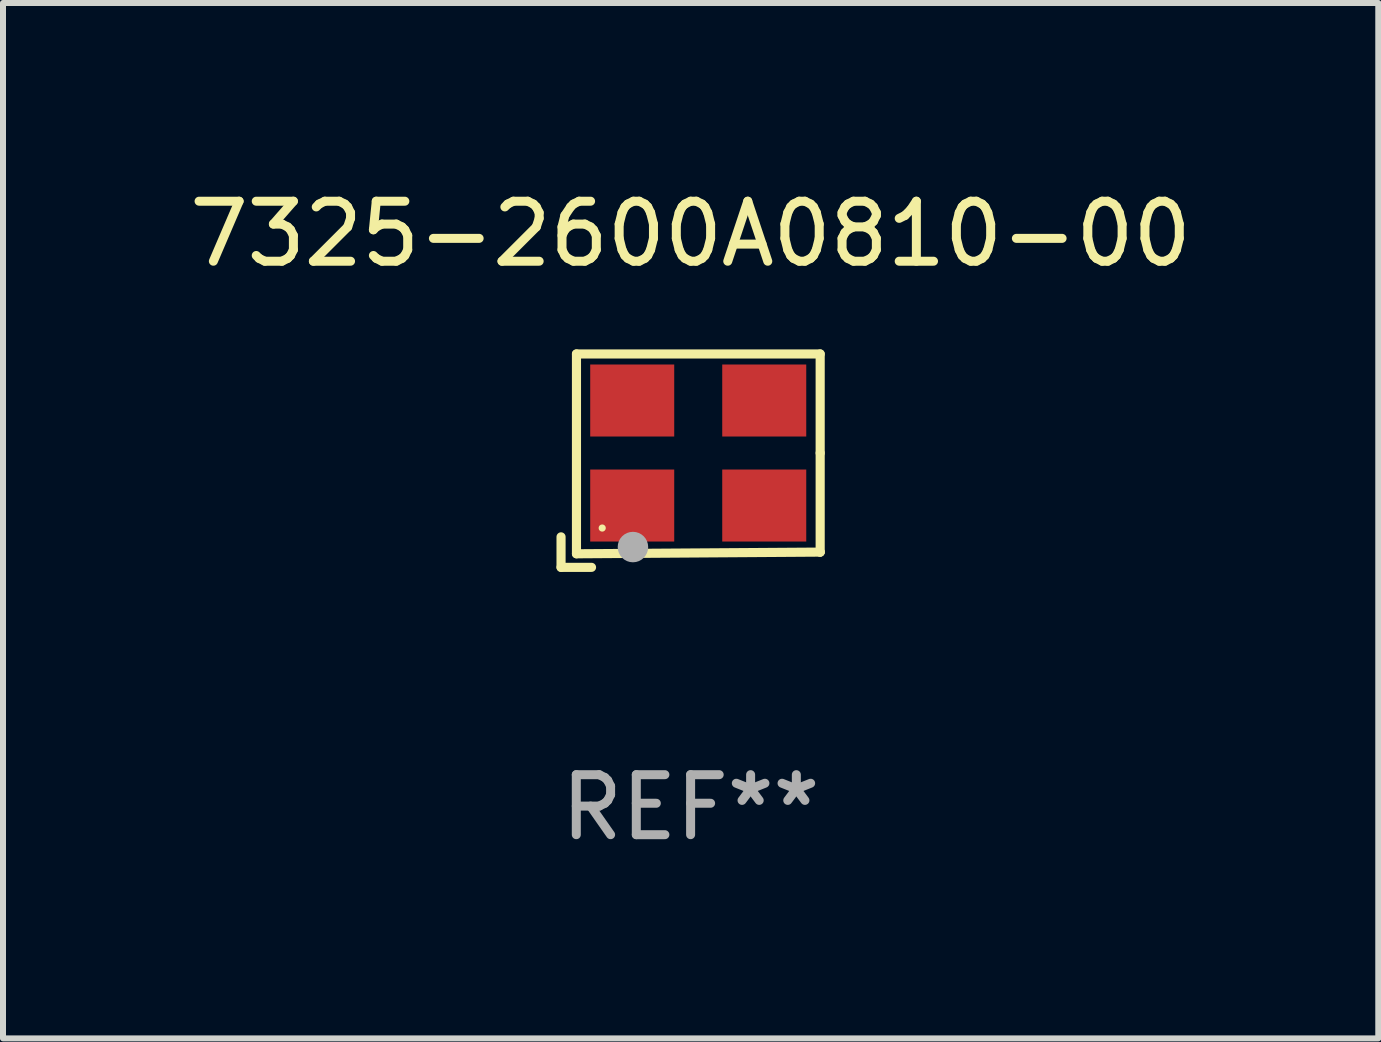
<source format=kicad_pcb>
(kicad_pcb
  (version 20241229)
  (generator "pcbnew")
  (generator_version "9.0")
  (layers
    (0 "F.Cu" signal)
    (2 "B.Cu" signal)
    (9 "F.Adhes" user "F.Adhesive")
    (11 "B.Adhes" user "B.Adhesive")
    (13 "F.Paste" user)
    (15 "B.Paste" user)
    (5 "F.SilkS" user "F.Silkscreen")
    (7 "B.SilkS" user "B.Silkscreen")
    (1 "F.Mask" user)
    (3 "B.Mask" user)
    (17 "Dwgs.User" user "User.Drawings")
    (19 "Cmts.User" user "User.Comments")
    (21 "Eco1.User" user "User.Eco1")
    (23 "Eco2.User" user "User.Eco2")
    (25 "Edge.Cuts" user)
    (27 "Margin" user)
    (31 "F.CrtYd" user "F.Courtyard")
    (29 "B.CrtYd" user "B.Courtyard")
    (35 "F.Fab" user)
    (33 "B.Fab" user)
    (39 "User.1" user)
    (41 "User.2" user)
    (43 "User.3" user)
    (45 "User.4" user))
  (footprint "7325-2600A0810-00"
    (layer "F.Cu")
    (at 8.458 4.626)
    (property "Reference" "7325-2600A0810-00" (at 0 -3.778 0) (layer "F.SilkS") (effects (font (size 1 1) (thickness 0.15))))
    (attr through_hole)
    (fp_line (start -2.159 1.27) (end -2.159 1.778) (stroke (width 0.152) (type solid)) (layer "F.SilkS"))
    (fp_line (start -2.159 1.778) (end -1.651 1.778) (stroke (width 0.152) (type solid)) (layer "F.SilkS"))
    (fp_line (start -1.902 -1.778) (end 2.159 -1.778) (stroke (width 0.152) (type solid)) (layer "F.SilkS"))
    (fp_line (start -1.902 1.552) (end -1.902 -1.778) (stroke (width 0.152) (type solid)) (layer "F.SilkS"))
    (fp_line (start 2.159 -1.778) (end 2.159 -0.127) (stroke (width 0.152) (type solid)) (layer "F.SilkS"))
    (fp_line (start 2.159 -0.127) (end 2.159 1.524) (stroke (width 0.152) (type solid)) (layer "F.SilkS"))
    (fp_line (start 2.159 1.524) (end -1.902 1.552) (stroke (width 0.152) (type solid)) (layer "F.SilkS"))
    (fp_line (start 2.159 1.524) (end 2.159 1.524) (stroke (width 0.152) (type solid)) (layer "F.SilkS"))
    (fp_circle (center -1.473 1.123) (end -1.443 1.123) (stroke (width 0.06) (type solid)) (fill no) (layer "F.SilkS"))
    (fp_circle (center -0.961 1.44) (end -0.834 1.44) (stroke (width 0.254) (type solid)) (fill no) (layer "F.Fab"))
    (fp_text user "REF**" (at 0 5.778 0) (layer "F.Fab") (effects (font (size 1 1) (thickness 0.15))))
    (pad "1" smd rect (at -0.973 0.748) (size 1.4 1.2) (layers "F.Cu" "F.Mask" "F.Paste"))
    (pad "2" smd rect (at 1.227 0.748) (size 1.4 1.2) (layers "F.Cu" "F.Mask" "F.Paste"))
    (pad "3" smd rect (at 1.227 -1.002) (size 1.4 1.2) (layers "F.Cu" "F.Mask" "F.Paste"))
    (pad "4" smd rect (at -0.973 -1.002) (size 1.4 1.2) (layers "F.Cu" "F.Mask" "F.Paste")))
  (gr_rect
    (start -3 -3)
    (end 19.917 14.253)
    (stroke (width 0.1) (type default))
    (fill no)
    (layer "Edge.Cuts")))
</source>
